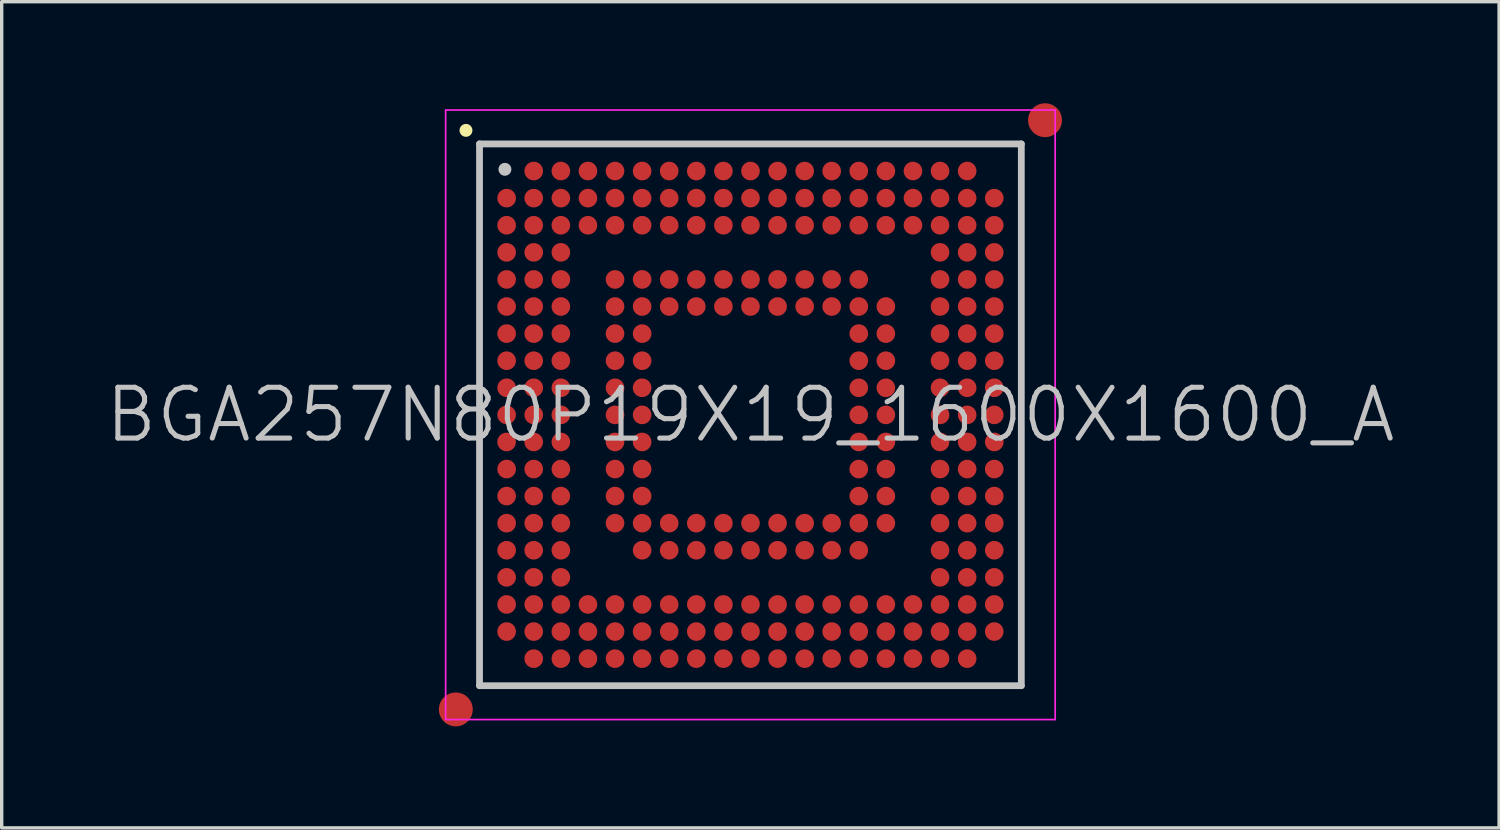
<source format=kicad_pcb>
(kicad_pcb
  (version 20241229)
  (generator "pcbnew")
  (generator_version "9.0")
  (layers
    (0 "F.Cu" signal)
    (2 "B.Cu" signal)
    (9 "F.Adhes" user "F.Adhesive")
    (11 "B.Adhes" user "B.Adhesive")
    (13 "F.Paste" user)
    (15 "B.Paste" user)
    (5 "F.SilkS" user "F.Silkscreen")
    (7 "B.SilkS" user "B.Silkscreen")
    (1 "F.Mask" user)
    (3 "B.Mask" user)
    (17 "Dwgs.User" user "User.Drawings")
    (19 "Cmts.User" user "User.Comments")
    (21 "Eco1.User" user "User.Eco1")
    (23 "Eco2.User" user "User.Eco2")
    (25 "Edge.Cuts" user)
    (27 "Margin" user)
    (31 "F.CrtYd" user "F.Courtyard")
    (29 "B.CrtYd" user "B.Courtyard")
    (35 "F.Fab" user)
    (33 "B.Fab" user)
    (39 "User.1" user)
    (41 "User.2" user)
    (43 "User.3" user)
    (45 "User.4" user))
  (footprint "BGA257N80P19X19_1600X1600_A"
    (layer "F.Cu")
    (at 19.111 9.2)
    (property "Reference" "BGA257N80P19X19_1600X1600_A" (at 0 0 0) (layer "Dwgs.User") (effects (font (size 1.5 1.5) (thickness 0.15))))
    (attr smd)
    (fp_line (start -8.4 -8.4) (end -8.4 -8.4) (stroke (width 0.381) (type solid)) (layer "F.SilkS"))
    (fp_line (start -8 -8) (end -8 8) (stroke (width 0.2) (type solid)) (layer "Dwgs.User"))
    (fp_line (start -8 -8) (end 8 -8) (stroke (width 0.2) (type solid)) (layer "Dwgs.User"))
    (fp_line (start -8 8) (end 8 8) (stroke (width 0.2) (type solid)) (layer "Dwgs.User"))
    (fp_line (start -7.25 -7.25) (end -7.25 -7.25) (stroke (width 0.381) (type solid)) (layer "Dwgs.User"))
    (fp_line (start 8 -8) (end 8 8) (stroke (width 0.2) (type solid)) (layer "Dwgs.User"))
    (fp_line (start -9 -9) (end -9 9) (stroke (width 0.05) (type solid)) (layer "F.CrtYd"))
    (fp_line (start -9 -9) (end 9 -9) (stroke (width 0.05) (type solid)) (layer "F.CrtYd"))
    (fp_line (start -9 9) (end 9 9) (stroke (width 0.05) (type solid)) (layer "F.CrtYd"))
    (fp_line (start 9 -9) (end 9 9) (stroke (width 0.05) (type solid)) (layer "F.CrtYd"))
    (pad "" smd circle (at -8.7 8.7) (size 1 1) (layers "F.Cu" "F.Mask"))
    (pad "" smd circle (at 8.7 -8.7) (size 1 1) (layers "F.Cu" "F.Mask"))
    (pad "A2" smd circle (at -6.399 -7.199) (size 0.55 0.55) (layers "F.Cu" "F.Mask" "F.Paste"))
    (pad "A3" smd circle (at -5.598 -7.199) (size 0.55 0.55) (layers "F.Cu" "F.Mask" "F.Paste"))
    (pad "A4" smd circle (at -4.798 -7.199) (size 0.55 0.55) (layers "F.Cu" "F.Mask" "F.Paste"))
    (pad "A5" smd circle (at -3.998 -7.199) (size 0.55 0.55) (layers "F.Cu" "F.Mask" "F.Paste"))
    (pad "A6" smd circle (at -3.198 -7.199) (size 0.55 0.55) (layers "F.Cu" "F.Mask" "F.Paste"))
    (pad "A7" smd circle (at -2.398 -7.199) (size 0.55 0.55) (layers "F.Cu" "F.Mask" "F.Paste"))
    (pad "A8" smd circle (at -1.598 -7.199) (size 0.55 0.55) (layers "F.Cu" "F.Mask" "F.Paste"))
    (pad "A9" smd circle (at -0.798 -7.199) (size 0.55 0.55) (layers "F.Cu" "F.Mask" "F.Paste"))
    (pad "A10" smd circle (at 0.002 -7.199) (size 0.55 0.55) (layers "F.Cu" "F.Mask" "F.Paste"))
    (pad "A11" smd circle (at 0.802 -7.199) (size 0.55 0.55) (layers "F.Cu" "F.Mask" "F.Paste"))
    (pad "A12" smd circle (at 1.602 -7.199) (size 0.55 0.55) (layers "F.Cu" "F.Mask" "F.Paste"))
    (pad "A13" smd circle (at 2.4 -7.199) (size 0.55 0.55) (layers "F.Cu" "F.Mask" "F.Paste"))
    (pad "A14" smd circle (at 3.2 -7.199) (size 0.55 0.55) (layers "F.Cu" "F.Mask" "F.Paste"))
    (pad "A15" smd circle (at 4 -7.199) (size 0.55 0.55) (layers "F.Cu" "F.Mask" "F.Paste"))
    (pad "A16" smd circle (at 4.8 -7.199) (size 0.55 0.55) (layers "F.Cu" "F.Mask" "F.Paste"))
    (pad "A17" smd circle (at 5.6 -7.199) (size 0.55 0.55) (layers "F.Cu" "F.Mask" "F.Paste"))
    (pad "A18" smd circle (at 6.401 -7.199) (size 0.55 0.55) (layers "F.Cu" "F.Mask" "F.Paste"))
    (pad "B1" smd circle (at -7.199 -6.399) (size 0.55 0.55) (layers "F.Cu" "F.Mask" "F.Paste"))
    (pad "B2" smd circle (at -6.399 -6.399) (size 0.55 0.55) (layers "F.Cu" "F.Mask" "F.Paste"))
    (pad "B3" smd circle (at -5.598 -6.399) (size 0.55 0.55) (layers "F.Cu" "F.Mask" "F.Paste"))
    (pad "B4" smd circle (at -4.798 -6.399) (size 0.55 0.55) (layers "F.Cu" "F.Mask" "F.Paste"))
    (pad "B5" smd circle (at -3.998 -6.399) (size 0.55 0.55) (layers "F.Cu" "F.Mask" "F.Paste"))
    (pad "B6" smd circle (at -3.198 -6.399) (size 0.55 0.55) (layers "F.Cu" "F.Mask" "F.Paste"))
    (pad "B7" smd circle (at -2.398 -6.399) (size 0.55 0.55) (layers "F.Cu" "F.Mask" "F.Paste"))
    (pad "B8" smd circle (at -1.598 -6.399) (size 0.55 0.55) (layers "F.Cu" "F.Mask" "F.Paste"))
    (pad "B9" smd circle (at -0.798 -6.399) (size 0.55 0.55) (layers "F.Cu" "F.Mask" "F.Paste"))
    (pad "B10" smd circle (at 0.002 -6.399) (size 0.55 0.55) (layers "F.Cu" "F.Mask" "F.Paste"))
    (pad "B11" smd circle (at 0.802 -6.399) (size 0.55 0.55) (layers "F.Cu" "F.Mask" "F.Paste"))
    (pad "B12" smd circle (at 1.602 -6.399) (size 0.55 0.55) (layers "F.Cu" "F.Mask" "F.Paste"))
    (pad "B13" smd circle (at 2.4 -6.399) (size 0.55 0.55) (layers "F.Cu" "F.Mask" "F.Paste"))
    (pad "B14" smd circle (at 3.2 -6.399) (size 0.55 0.55) (layers "F.Cu" "F.Mask" "F.Paste"))
    (pad "B15" smd circle (at 4 -6.399) (size 0.55 0.55) (layers "F.Cu" "F.Mask" "F.Paste"))
    (pad "B16" smd circle (at 4.8 -6.399) (size 0.55 0.55) (layers "F.Cu" "F.Mask" "F.Paste"))
    (pad "B17" smd circle (at 5.6 -6.399) (size 0.55 0.55) (layers "F.Cu" "F.Mask" "F.Paste"))
    (pad "B18" smd circle (at 6.401 -6.399) (size 0.55 0.55) (layers "F.Cu" "F.Mask" "F.Paste"))
    (pad "B19" smd circle (at 7.201 -6.399) (size 0.55 0.55) (layers "F.Cu" "F.Mask" "F.Paste"))
    (pad "C1" smd circle (at -7.199 -5.598) (size 0.55 0.55) (layers "F.Cu" "F.Mask" "F.Paste"))
    (pad "C2" smd circle (at -6.399 -5.598) (size 0.55 0.55) (layers "F.Cu" "F.Mask" "F.Paste"))
    (pad "C3" smd circle (at -5.598 -5.598) (size 0.55 0.55) (layers "F.Cu" "F.Mask" "F.Paste"))
    (pad "C4" smd circle (at -4.798 -5.598) (size 0.55 0.55) (layers "F.Cu" "F.Mask" "F.Paste"))
    (pad "C5" smd circle (at -3.998 -5.598) (size 0.55 0.55) (layers "F.Cu" "F.Mask" "F.Paste"))
    (pad "C6" smd circle (at -3.198 -5.598) (size 0.55 0.55) (layers "F.Cu" "F.Mask" "F.Paste"))
    (pad "C7" smd circle (at -2.398 -5.598) (size 0.55 0.55) (layers "F.Cu" "F.Mask" "F.Paste"))
    (pad "C8" smd circle (at -1.598 -5.598) (size 0.55 0.55) (layers "F.Cu" "F.Mask" "F.Paste"))
    (pad "C9" smd circle (at -0.798 -5.598) (size 0.55 0.55) (layers "F.Cu" "F.Mask" "F.Paste"))
    (pad "C10" smd circle (at 0.002 -5.598) (size 0.55 0.55) (layers "F.Cu" "F.Mask" "F.Paste"))
    (pad "C11" smd circle (at 0.802 -5.598) (size 0.55 0.55) (layers "F.Cu" "F.Mask" "F.Paste"))
    (pad "C12" smd circle (at 1.602 -5.598) (size 0.55 0.55) (layers "F.Cu" "F.Mask" "F.Paste"))
    (pad "C13" smd circle (at 2.4 -5.598) (size 0.55 0.55) (layers "F.Cu" "F.Mask" "F.Paste"))
    (pad "C14" smd circle (at 3.2 -5.598) (size 0.55 0.55) (layers "F.Cu" "F.Mask" "F.Paste"))
    (pad "C15" smd circle (at 4 -5.598) (size 0.55 0.55) (layers "F.Cu" "F.Mask" "F.Paste"))
    (pad "C16" smd circle (at 4.8 -5.598) (size 0.55 0.55) (layers "F.Cu" "F.Mask" "F.Paste"))
    (pad "C17" smd circle (at 5.6 -5.598) (size 0.55 0.55) (layers "F.Cu" "F.Mask" "F.Paste"))
    (pad "C18" smd circle (at 6.401 -5.598) (size 0.55 0.55) (layers "F.Cu" "F.Mask" "F.Paste"))
    (pad "C19" smd circle (at 7.201 -5.598) (size 0.55 0.55) (layers "F.Cu" "F.Mask" "F.Paste"))
    (pad "D1" smd circle (at -7.199 -4.798) (size 0.55 0.55) (layers "F.Cu" "F.Mask" "F.Paste"))
    (pad "D2" smd circle (at -6.399 -4.798) (size 0.55 0.55) (layers "F.Cu" "F.Mask" "F.Paste"))
    (pad "D3" smd circle (at -5.598 -4.798) (size 0.55 0.55) (layers "F.Cu" "F.Mask" "F.Paste"))
    (pad "D17" smd circle (at 5.6 -4.798) (size 0.55 0.55) (layers "F.Cu" "F.Mask" "F.Paste"))
    (pad "D18" smd circle (at 6.401 -4.798) (size 0.55 0.55) (layers "F.Cu" "F.Mask" "F.Paste"))
    (pad "D19" smd circle (at 7.201 -4.798) (size 0.55 0.55) (layers "F.Cu" "F.Mask" "F.Paste"))
    (pad "E1" smd circle (at -7.199 -3.998) (size 0.55 0.55) (layers "F.Cu" "F.Mask" "F.Paste"))
    (pad "E2" smd circle (at -6.399 -3.998) (size 0.55 0.55) (layers "F.Cu" "F.Mask" "F.Paste"))
    (pad "E3" smd circle (at -5.598 -3.998) (size 0.55 0.55) (layers "F.Cu" "F.Mask" "F.Paste"))
    (pad "E5" smd circle (at -3.998 -3.998) (size 0.55 0.55) (layers "F.Cu" "F.Mask" "F.Paste"))
    (pad "E6" smd circle (at -3.198 -3.998) (size 0.55 0.55) (layers "F.Cu" "F.Mask" "F.Paste"))
    (pad "E7" smd circle (at -2.398 -3.998) (size 0.55 0.55) (layers "F.Cu" "F.Mask" "F.Paste"))
    (pad "E8" smd circle (at -1.598 -3.998) (size 0.55 0.55) (layers "F.Cu" "F.Mask" "F.Paste"))
    (pad "E9" smd circle (at -0.798 -3.998) (size 0.55 0.55) (layers "F.Cu" "F.Mask" "F.Paste"))
    (pad "E10" smd circle (at 0.002 -3.998) (size 0.55 0.55) (layers "F.Cu" "F.Mask" "F.Paste"))
    (pad "E11" smd circle (at 0.802 -3.998) (size 0.55 0.55) (layers "F.Cu" "F.Mask" "F.Paste"))
    (pad "E12" smd circle (at 1.602 -3.998) (size 0.55 0.55) (layers "F.Cu" "F.Mask" "F.Paste"))
    (pad "E13" smd circle (at 2.4 -3.998) (size 0.55 0.55) (layers "F.Cu" "F.Mask" "F.Paste"))
    (pad "E14" smd circle (at 3.2 -3.998) (size 0.55 0.55) (layers "F.Cu" "F.Mask" "F.Paste"))
    (pad "E17" smd circle (at 5.6 -3.998) (size 0.55 0.55) (layers "F.Cu" "F.Mask" "F.Paste"))
    (pad "E18" smd circle (at 6.401 -3.998) (size 0.55 0.55) (layers "F.Cu" "F.Mask" "F.Paste"))
    (pad "E19" smd circle (at 7.201 -3.998) (size 0.55 0.55) (layers "F.Cu" "F.Mask" "F.Paste"))
    (pad "F1" smd circle (at -7.199 -3.198) (size 0.55 0.55) (layers "F.Cu" "F.Mask" "F.Paste"))
    (pad "F2" smd circle (at -6.399 -3.198) (size 0.55 0.55) (layers "F.Cu" "F.Mask" "F.Paste"))
    (pad "F3" smd circle (at -5.598 -3.198) (size 0.55 0.55) (layers "F.Cu" "F.Mask" "F.Paste"))
    (pad "F5" smd circle (at -3.998 -3.198) (size 0.55 0.55) (layers "F.Cu" "F.Mask" "F.Paste"))
    (pad "F6" smd circle (at -3.198 -3.198) (size 0.55 0.55) (layers "F.Cu" "F.Mask" "F.Paste"))
    (pad "F7" smd circle (at -2.398 -3.198) (size 0.55 0.55) (layers "F.Cu" "F.Mask" "F.Paste"))
    (pad "F8" smd circle (at -1.598 -3.198) (size 0.55 0.55) (layers "F.Cu" "F.Mask" "F.Paste"))
    (pad "F9" smd circle (at -0.798 -3.198) (size 0.55 0.55) (layers "F.Cu" "F.Mask" "F.Paste"))
    (pad "F10" smd circle (at 0.002 -3.198) (size 0.55 0.55) (layers "F.Cu" "F.Mask" "F.Paste"))
    (pad "F11" smd circle (at 0.802 -3.198) (size 0.55 0.55) (layers "F.Cu" "F.Mask" "F.Paste"))
    (pad "F12" smd circle (at 1.602 -3.198) (size 0.55 0.55) (layers "F.Cu" "F.Mask" "F.Paste"))
    (pad "F13" smd circle (at 2.4 -3.198) (size 0.55 0.55) (layers "F.Cu" "F.Mask" "F.Paste"))
    (pad "F14" smd circle (at 3.2 -3.198) (size 0.55 0.55) (layers "F.Cu" "F.Mask" "F.Paste"))
    (pad "F15" smd circle (at 4 -3.198) (size 0.55 0.55) (layers "F.Cu" "F.Mask" "F.Paste"))
    (pad "F17" smd circle (at 5.6 -3.198) (size 0.55 0.55) (layers "F.Cu" "F.Mask" "F.Paste"))
    (pad "F18" smd circle (at 6.401 -3.198) (size 0.55 0.55) (layers "F.Cu" "F.Mask" "F.Paste"))
    (pad "F19" smd circle (at 7.201 -3.198) (size 0.55 0.55) (layers "F.Cu" "F.Mask" "F.Paste"))
    (pad "G1" smd circle (at -7.199 -2.398) (size 0.55 0.55) (layers "F.Cu" "F.Mask" "F.Paste"))
    (pad "G2" smd circle (at -6.399 -2.398) (size 0.55 0.55) (layers "F.Cu" "F.Mask" "F.Paste"))
    (pad "G3" smd circle (at -5.598 -2.398) (size 0.55 0.55) (layers "F.Cu" "F.Mask" "F.Paste"))
    (pad "G5" smd circle (at -3.998 -2.398) (size 0.55 0.55) (layers "F.Cu" "F.Mask" "F.Paste"))
    (pad "G6" smd circle (at -3.198 -2.398) (size 0.55 0.55) (layers "F.Cu" "F.Mask" "F.Paste"))
    (pad "G14" smd circle (at 3.2 -2.398) (size 0.55 0.55) (layers "F.Cu" "F.Mask" "F.Paste"))
    (pad "G15" smd circle (at 4 -2.398) (size 0.55 0.55) (layers "F.Cu" "F.Mask" "F.Paste"))
    (pad "G17" smd circle (at 5.6 -2.398) (size 0.55 0.55) (layers "F.Cu" "F.Mask" "F.Paste"))
    (pad "G18" smd circle (at 6.401 -2.398) (size 0.55 0.55) (layers "F.Cu" "F.Mask" "F.Paste"))
    (pad "G19" smd circle (at 7.201 -2.398) (size 0.55 0.55) (layers "F.Cu" "F.Mask" "F.Paste"))
    (pad "H1" smd circle (at -7.199 -1.598) (size 0.55 0.55) (layers "F.Cu" "F.Mask" "F.Paste"))
    (pad "H2" smd circle (at -6.399 -1.598) (size 0.55 0.55) (layers "F.Cu" "F.Mask" "F.Paste"))
    (pad "H3" smd circle (at -5.598 -1.598) (size 0.55 0.55) (layers "F.Cu" "F.Mask" "F.Paste"))
    (pad "H5" smd circle (at -3.998 -1.598) (size 0.55 0.55) (layers "F.Cu" "F.Mask" "F.Paste"))
    (pad "H6" smd circle (at -3.198 -1.598) (size 0.55 0.55) (layers "F.Cu" "F.Mask" "F.Paste"))
    (pad "H14" smd circle (at 3.2 -1.598) (size 0.55 0.55) (layers "F.Cu" "F.Mask" "F.Paste"))
    (pad "H15" smd circle (at 4 -1.598) (size 0.55 0.55) (layers "F.Cu" "F.Mask" "F.Paste"))
    (pad "H17" smd circle (at 5.6 -1.598) (size 0.55 0.55) (layers "F.Cu" "F.Mask" "F.Paste"))
    (pad "H18" smd circle (at 6.401 -1.598) (size 0.55 0.55) (layers "F.Cu" "F.Mask" "F.Paste"))
    (pad "H19" smd circle (at 7.201 -1.598) (size 0.55 0.55) (layers "F.Cu" "F.Mask" "F.Paste"))
    (pad "J1" smd circle (at -7.199 -0.798) (size 0.55 0.55) (layers "F.Cu" "F.Mask" "F.Paste"))
    (pad "J2" smd circle (at -6.399 -0.798) (size 0.55 0.55) (layers "F.Cu" "F.Mask" "F.Paste"))
    (pad "J3" smd circle (at -5.598 -0.798) (size 0.55 0.55) (layers "F.Cu" "F.Mask" "F.Paste"))
    (pad "J5" smd circle (at -3.998 -0.798) (size 0.55 0.55) (layers "F.Cu" "F.Mask" "F.Paste"))
    (pad "J6" smd circle (at -3.198 -0.798) (size 0.55 0.55) (layers "F.Cu" "F.Mask" "F.Paste"))
    (pad "J14" smd circle (at 3.2 -0.798) (size 0.55 0.55) (layers "F.Cu" "F.Mask" "F.Paste"))
    (pad "J15" smd circle (at 4 -0.798) (size 0.55 0.55) (layers "F.Cu" "F.Mask" "F.Paste"))
    (pad "J17" smd circle (at 5.6 -0.798) (size 0.55 0.55) (layers "F.Cu" "F.Mask" "F.Paste"))
    (pad "J18" smd circle (at 6.401 -0.798) (size 0.55 0.55) (layers "F.Cu" "F.Mask" "F.Paste"))
    (pad "J19" smd circle (at 7.201 -0.798) (size 0.55 0.55) (layers "F.Cu" "F.Mask" "F.Paste"))
    (pad "K1" smd circle (at -7.199 0.002) (size 0.55 0.55) (layers "F.Cu" "F.Mask" "F.Paste"))
    (pad "K2" smd circle (at -6.399 0.002) (size 0.55 0.55) (layers "F.Cu" "F.Mask" "F.Paste"))
    (pad "K3" smd circle (at -5.598 0.002) (size 0.55 0.55) (layers "F.Cu" "F.Mask" "F.Paste"))
    (pad "K5" smd circle (at -3.998 0.002) (size 0.55 0.55) (layers "F.Cu" "F.Mask" "F.Paste"))
    (pad "K6" smd circle (at -3.198 0.002) (size 0.55 0.55) (layers "F.Cu" "F.Mask" "F.Paste"))
    (pad "K14" smd circle (at 3.2 0.002) (size 0.55 0.55) (layers "F.Cu" "F.Mask" "F.Paste"))
    (pad "K15" smd circle (at 4 0.002) (size 0.55 0.55) (layers "F.Cu" "F.Mask" "F.Paste"))
    (pad "K17" smd circle (at 5.6 0.002) (size 0.55 0.55) (layers "F.Cu" "F.Mask" "F.Paste"))
    (pad "K18" smd circle (at 6.401 0.002) (size 0.55 0.55) (layers "F.Cu" "F.Mask" "F.Paste"))
    (pad "K19" smd circle (at 7.201 0.002) (size 0.55 0.55) (layers "F.Cu" "F.Mask" "F.Paste"))
    (pad "L1" smd circle (at -7.199 0.802) (size 0.55 0.55) (layers "F.Cu" "F.Mask" "F.Paste"))
    (pad "L2" smd circle (at -6.399 0.802) (size 0.55 0.55) (layers "F.Cu" "F.Mask" "F.Paste"))
    (pad "L3" smd circle (at -5.598 0.802) (size 0.55 0.55) (layers "F.Cu" "F.Mask" "F.Paste"))
    (pad "L5" smd circle (at -3.998 0.802) (size 0.55 0.55) (layers "F.Cu" "F.Mask" "F.Paste"))
    (pad "L6" smd circle (at -3.198 0.802) (size 0.55 0.55) (layers "F.Cu" "F.Mask" "F.Paste"))
    (pad "L14" smd circle (at 3.2 0.802) (size 0.55 0.55) (layers "F.Cu" "F.Mask" "F.Paste"))
    (pad "L15" smd circle (at 4 0.802) (size 0.55 0.55) (layers "F.Cu" "F.Mask" "F.Paste"))
    (pad "L17" smd circle (at 5.6 0.802) (size 0.55 0.55) (layers "F.Cu" "F.Mask" "F.Paste"))
    (pad "L18" smd circle (at 6.401 0.802) (size 0.55 0.55) (layers "F.Cu" "F.Mask" "F.Paste"))
    (pad "L19" smd circle (at 7.201 0.802) (size 0.55 0.55) (layers "F.Cu" "F.Mask" "F.Paste"))
    (pad "M1" smd circle (at -7.199 1.602) (size 0.55 0.55) (layers "F.Cu" "F.Mask" "F.Paste"))
    (pad "M2" smd circle (at -6.399 1.602) (size 0.55 0.55) (layers "F.Cu" "F.Mask" "F.Paste"))
    (pad "M3" smd circle (at -5.598 1.602) (size 0.55 0.55) (layers "F.Cu" "F.Mask" "F.Paste"))
    (pad "M5" smd circle (at -3.998 1.602) (size 0.55 0.55) (layers "F.Cu" "F.Mask" "F.Paste"))
    (pad "M6" smd circle (at -3.198 1.602) (size 0.55 0.55) (layers "F.Cu" "F.Mask" "F.Paste"))
    (pad "M14" smd circle (at 3.2 1.602) (size 0.55 0.55) (layers "F.Cu" "F.Mask" "F.Paste"))
    (pad "M15" smd circle (at 4 1.602) (size 0.55 0.55) (layers "F.Cu" "F.Mask" "F.Paste"))
    (pad "M17" smd circle (at 5.6 1.602) (size 0.55 0.55) (layers "F.Cu" "F.Mask" "F.Paste"))
    (pad "M18" smd circle (at 6.401 1.602) (size 0.55 0.55) (layers "F.Cu" "F.Mask" "F.Paste"))
    (pad "M19" smd circle (at 7.201 1.602) (size 0.55 0.55) (layers "F.Cu" "F.Mask" "F.Paste"))
    (pad "N1" smd circle (at -7.199 2.4) (size 0.55 0.55) (layers "F.Cu" "F.Mask" "F.Paste"))
    (pad "N2" smd circle (at -6.399 2.4) (size 0.55 0.55) (layers "F.Cu" "F.Mask" "F.Paste"))
    (pad "N3" smd circle (at -5.598 2.4) (size 0.55 0.55) (layers "F.Cu" "F.Mask" "F.Paste"))
    (pad "N5" smd circle (at -3.998 2.4) (size 0.55 0.55) (layers "F.Cu" "F.Mask" "F.Paste"))
    (pad "N6" smd circle (at -3.198 2.4) (size 0.55 0.55) (layers "F.Cu" "F.Mask" "F.Paste"))
    (pad "N14" smd circle (at 3.2 2.4) (size 0.55 0.55) (layers "F.Cu" "F.Mask" "F.Paste"))
    (pad "N15" smd circle (at 4 2.4) (size 0.55 0.55) (layers "F.Cu" "F.Mask" "F.Paste"))
    (pad "N17" smd circle (at 5.6 2.4) (size 0.55 0.55) (layers "F.Cu" "F.Mask" "F.Paste"))
    (pad "N18" smd circle (at 6.401 2.4) (size 0.55 0.55) (layers "F.Cu" "F.Mask" "F.Paste"))
    (pad "N19" smd circle (at 7.201 2.4) (size 0.55 0.55) (layers "F.Cu" "F.Mask" "F.Paste"))
    (pad "P1" smd circle (at -7.199 3.2) (size 0.55 0.55) (layers "F.Cu" "F.Mask" "F.Paste"))
    (pad "P2" smd circle (at -6.399 3.2) (size 0.55 0.55) (layers "F.Cu" "F.Mask" "F.Paste"))
    (pad "P3" smd circle (at -5.598 3.2) (size 0.55 0.55) (layers "F.Cu" "F.Mask" "F.Paste"))
    (pad "P5" smd circle (at -3.998 3.2) (size 0.55 0.55) (layers "F.Cu" "F.Mask" "F.Paste"))
    (pad "P6" smd circle (at -3.198 3.2) (size 0.55 0.55) (layers "F.Cu" "F.Mask" "F.Paste"))
    (pad "P7" smd circle (at -2.398 3.2) (size 0.55 0.55) (layers "F.Cu" "F.Mask" "F.Paste"))
    (pad "P8" smd circle (at -1.598 3.2) (size 0.55 0.55) (layers "F.Cu" "F.Mask" "F.Paste"))
    (pad "P9" smd circle (at -0.798 3.2) (size 0.55 0.55) (layers "F.Cu" "F.Mask" "F.Paste"))
    (pad "P10" smd circle (at 0.002 3.2) (size 0.55 0.55) (layers "F.Cu" "F.Mask" "F.Paste"))
    (pad "P11" smd circle (at 0.802 3.2) (size 0.55 0.55) (layers "F.Cu" "F.Mask" "F.Paste"))
    (pad "P12" smd circle (at 1.602 3.2) (size 0.55 0.55) (layers "F.Cu" "F.Mask" "F.Paste"))
    (pad "P13" smd circle (at 2.4 3.2) (size 0.55 0.55) (layers "F.Cu" "F.Mask" "F.Paste"))
    (pad "P14" smd circle (at 3.2 3.2) (size 0.55 0.55) (layers "F.Cu" "F.Mask" "F.Paste"))
    (pad "P15" smd circle (at 4 3.2) (size 0.55 0.55) (layers "F.Cu" "F.Mask" "F.Paste"))
    (pad "P17" smd circle (at 5.6 3.2) (size 0.55 0.55) (layers "F.Cu" "F.Mask" "F.Paste"))
    (pad "P18" smd circle (at 6.401 3.2) (size 0.55 0.55) (layers "F.Cu" "F.Mask" "F.Paste"))
    (pad "P19" smd circle (at 7.201 3.2) (size 0.55 0.55) (layers "F.Cu" "F.Mask" "F.Paste"))
    (pad "R1" smd circle (at -7.199 4) (size 0.55 0.55) (layers "F.Cu" "F.Mask" "F.Paste"))
    (pad "R2" smd circle (at -6.399 4) (size 0.55 0.55) (layers "F.Cu" "F.Mask" "F.Paste"))
    (pad "R3" smd circle (at -5.598 4) (size 0.55 0.55) (layers "F.Cu" "F.Mask" "F.Paste"))
    (pad "R6" smd circle (at -3.198 4) (size 0.55 0.55) (layers "F.Cu" "F.Mask" "F.Paste"))
    (pad "R7" smd circle (at -2.398 4) (size 0.55 0.55) (layers "F.Cu" "F.Mask" "F.Paste"))
    (pad "R8" smd circle (at -1.598 4) (size 0.55 0.55) (layers "F.Cu" "F.Mask" "F.Paste"))
    (pad "R9" smd circle (at -0.798 4) (size 0.55 0.55) (layers "F.Cu" "F.Mask" "F.Paste"))
    (pad "R10" smd circle (at 0.002 4) (size 0.55 0.55) (layers "F.Cu" "F.Mask" "F.Paste"))
    (pad "R11" smd circle (at 0.802 4) (size 0.55 0.55) (layers "F.Cu" "F.Mask" "F.Paste"))
    (pad "R12" smd circle (at 1.602 4) (size 0.55 0.55) (layers "F.Cu" "F.Mask" "F.Paste"))
    (pad "R13" smd circle (at 2.4 4) (size 0.55 0.55) (layers "F.Cu" "F.Mask" "F.Paste"))
    (pad "R14" smd circle (at 3.2 4) (size 0.55 0.55) (layers "F.Cu" "F.Mask" "F.Paste"))
    (pad "R17" smd circle (at 5.6 4) (size 0.55 0.55) (layers "F.Cu" "F.Mask" "F.Paste"))
    (pad "R18" smd circle (at 6.401 4) (size 0.55 0.55) (layers "F.Cu" "F.Mask" "F.Paste"))
    (pad "R19" smd circle (at 7.201 4) (size 0.55 0.55) (layers "F.Cu" "F.Mask" "F.Paste"))
    (pad "T1" smd circle (at -7.199 4.8) (size 0.55 0.55) (layers "F.Cu" "F.Mask" "F.Paste"))
    (pad "T2" smd circle (at -6.399 4.8) (size 0.55 0.55) (layers "F.Cu" "F.Mask" "F.Paste"))
    (pad "T3" smd circle (at -5.598 4.8) (size 0.55 0.55) (layers "F.Cu" "F.Mask" "F.Paste"))
    (pad "T17" smd circle (at 5.6 4.8) (size 0.55 0.55) (layers "F.Cu" "F.Mask" "F.Paste"))
    (pad "T18" smd circle (at 6.401 4.8) (size 0.55 0.55) (layers "F.Cu" "F.Mask" "F.Paste"))
    (pad "T19" smd circle (at 7.201 4.8) (size 0.55 0.55) (layers "F.Cu" "F.Mask" "F.Paste"))
    (pad "U1" smd circle (at -7.199 5.6) (size 0.55 0.55) (layers "F.Cu" "F.Mask" "F.Paste"))
    (pad "U2" smd circle (at -6.399 5.6) (size 0.55 0.55) (layers "F.Cu" "F.Mask" "F.Paste"))
    (pad "U3" smd circle (at -5.598 5.6) (size 0.55 0.55) (layers "F.Cu" "F.Mask" "F.Paste"))
    (pad "U4" smd circle (at -4.798 5.6) (size 0.55 0.55) (layers "F.Cu" "F.Mask" "F.Paste"))
    (pad "U5" smd circle (at -3.998 5.6) (size 0.55 0.55) (layers "F.Cu" "F.Mask" "F.Paste"))
    (pad "U6" smd circle (at -3.198 5.6) (size 0.55 0.55) (layers "F.Cu" "F.Mask" "F.Paste"))
    (pad "U7" smd circle (at -2.398 5.6) (size 0.55 0.55) (layers "F.Cu" "F.Mask" "F.Paste"))
    (pad "U8" smd circle (at -1.598 5.6) (size 0.55 0.55) (layers "F.Cu" "F.Mask" "F.Paste"))
    (pad "U9" smd circle (at -0.798 5.6) (size 0.55 0.55) (layers "F.Cu" "F.Mask" "F.Paste"))
    (pad "U10" smd circle (at 0.002 5.6) (size 0.55 0.55) (layers "F.Cu" "F.Mask" "F.Paste"))
    (pad "U11" smd circle (at 0.802 5.6) (size 0.55 0.55) (layers "F.Cu" "F.Mask" "F.Paste"))
    (pad "U12" smd circle (at 1.602 5.6) (size 0.55 0.55) (layers "F.Cu" "F.Mask" "F.Paste"))
    (pad "U13" smd circle (at 2.4 5.6) (size 0.55 0.55) (layers "F.Cu" "F.Mask" "F.Paste"))
    (pad "U14" smd circle (at 3.2 5.6) (size 0.55 0.55) (layers "F.Cu" "F.Mask" "F.Paste"))
    (pad "U15" smd circle (at 4 5.6) (size 0.55 0.55) (layers "F.Cu" "F.Mask" "F.Paste"))
    (pad "U16" smd circle (at 4.8 5.6) (size 0.55 0.55) (layers "F.Cu" "F.Mask" "F.Paste"))
    (pad "U17" smd circle (at 5.6 5.6) (size 0.55 0.55) (layers "F.Cu" "F.Mask" "F.Paste"))
    (pad "U18" smd circle (at 6.401 5.6) (size 0.55 0.55) (layers "F.Cu" "F.Mask" "F.Paste"))
    (pad "U19" smd circle (at 7.201 5.6) (size 0.55 0.55) (layers "F.Cu" "F.Mask" "F.Paste"))
    (pad "V1" smd circle (at -7.199 6.401) (size 0.55 0.55) (layers "F.Cu" "F.Mask" "F.Paste"))
    (pad "V2" smd circle (at -6.399 6.401) (size 0.55 0.55) (layers "F.Cu" "F.Mask" "F.Paste"))
    (pad "V3" smd circle (at -5.598 6.401) (size 0.55 0.55) (layers "F.Cu" "F.Mask" "F.Paste"))
    (pad "V4" smd circle (at -4.798 6.401) (size 0.55 0.55) (layers "F.Cu" "F.Mask" "F.Paste"))
    (pad "V5" smd circle (at -3.998 6.401) (size 0.55 0.55) (layers "F.Cu" "F.Mask" "F.Paste"))
    (pad "V6" smd circle (at -3.198 6.401) (size 0.55 0.55) (layers "F.Cu" "F.Mask" "F.Paste"))
    (pad "V7" smd circle (at -2.398 6.401) (size 0.55 0.55) (layers "F.Cu" "F.Mask" "F.Paste"))
    (pad "V8" smd circle (at -1.598 6.401) (size 0.55 0.55) (layers "F.Cu" "F.Mask" "F.Paste"))
    (pad "V9" smd circle (at -0.798 6.401) (size 0.55 0.55) (layers "F.Cu" "F.Mask" "F.Paste"))
    (pad "V10" smd circle (at 0.002 6.401) (size 0.55 0.55) (layers "F.Cu" "F.Mask" "F.Paste"))
    (pad "V11" smd circle (at 0.802 6.401) (size 0.55 0.55) (layers "F.Cu" "F.Mask" "F.Paste"))
    (pad "V12" smd circle (at 1.602 6.401) (size 0.55 0.55) (layers "F.Cu" "F.Mask" "F.Paste"))
    (pad "V13" smd circle (at 2.4 6.401) (size 0.55 0.55) (layers "F.Cu" "F.Mask" "F.Paste"))
    (pad "V14" smd circle (at 3.2 6.401) (size 0.55 0.55) (layers "F.Cu" "F.Mask" "F.Paste"))
    (pad "V15" smd circle (at 4 6.401) (size 0.55 0.55) (layers "F.Cu" "F.Mask" "F.Paste"))
    (pad "V16" smd circle (at 4.8 6.401) (size 0.55 0.55) (layers "F.Cu" "F.Mask" "F.Paste"))
    (pad "V17" smd circle (at 5.6 6.401) (size 0.55 0.55) (layers "F.Cu" "F.Mask" "F.Paste"))
    (pad "V18" smd circle (at 6.401 6.401) (size 0.55 0.55) (layers "F.Cu" "F.Mask" "F.Paste"))
    (pad "V19" smd circle (at 7.201 6.401) (size 0.55 0.55) (layers "F.Cu" "F.Mask" "F.Paste"))
    (pad "W2" smd circle (at -6.399 7.201) (size 0.55 0.55) (layers "F.Cu" "F.Mask" "F.Paste"))
    (pad "W3" smd circle (at -5.598 7.201) (size 0.55 0.55) (layers "F.Cu" "F.Mask" "F.Paste"))
    (pad "W4" smd circle (at -4.798 7.201) (size 0.55 0.55) (layers "F.Cu" "F.Mask" "F.Paste"))
    (pad "W5" smd circle (at -3.998 7.201) (size 0.55 0.55) (layers "F.Cu" "F.Mask" "F.Paste"))
    (pad "W6" smd circle (at -3.198 7.201) (size 0.55 0.55) (layers "F.Cu" "F.Mask" "F.Paste"))
    (pad "W7" smd circle (at -2.398 7.201) (size 0.55 0.55) (layers "F.Cu" "F.Mask" "F.Paste"))
    (pad "W8" smd circle (at -1.598 7.201) (size 0.55 0.55) (layers "F.Cu" "F.Mask" "F.Paste"))
    (pad "W9" smd circle (at -0.798 7.201) (size 0.55 0.55) (layers "F.Cu" "F.Mask" "F.Paste"))
    (pad "W10" smd circle (at 0.002 7.201) (size 0.55 0.55) (layers "F.Cu" "F.Mask" "F.Paste"))
    (pad "W11" smd circle (at 0.802 7.201) (size 0.55 0.55) (layers "F.Cu" "F.Mask" "F.Paste"))
    (pad "W12" smd circle (at 1.602 7.201) (size 0.55 0.55) (layers "F.Cu" "F.Mask" "F.Paste"))
    (pad "W13" smd circle (at 2.4 7.201) (size 0.55 0.55) (layers "F.Cu" "F.Mask" "F.Paste"))
    (pad "W14" smd circle (at 3.2 7.201) (size 0.55 0.55) (layers "F.Cu" "F.Mask" "F.Paste"))
    (pad "W15" smd circle (at 4 7.201) (size 0.55 0.55) (layers "F.Cu" "F.Mask" "F.Paste"))
    (pad "W16" smd circle (at 4.8 7.201) (size 0.55 0.55) (layers "F.Cu" "F.Mask" "F.Paste"))
    (pad "W17" smd circle (at 5.6 7.201) (size 0.55 0.55) (layers "F.Cu" "F.Mask" "F.Paste"))
    (pad "W18" smd circle (at 6.401 7.201) (size 0.55 0.55) (layers "F.Cu" "F.Mask" "F.Paste")))
  (gr_rect
    (start -3 -3)
    (end 41.221 21.4)
    (stroke (width 0.1) (type default))
    (fill no)
    (layer "Edge.Cuts")))
</source>
